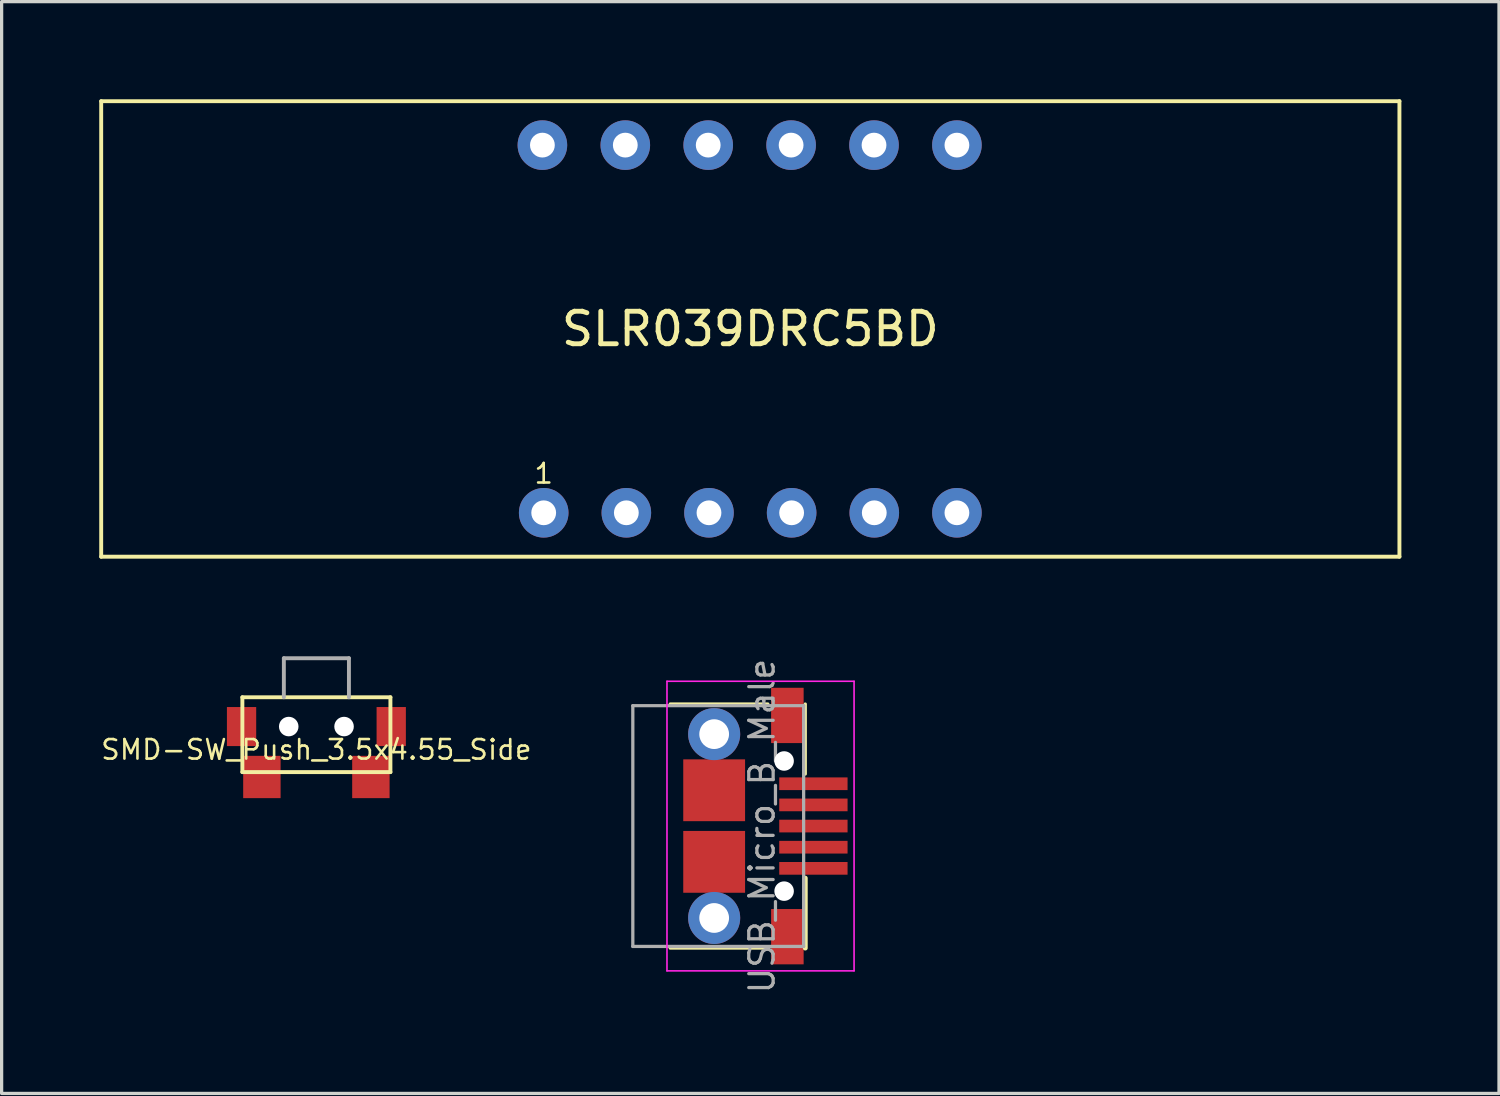
<source format=kicad_pcb>
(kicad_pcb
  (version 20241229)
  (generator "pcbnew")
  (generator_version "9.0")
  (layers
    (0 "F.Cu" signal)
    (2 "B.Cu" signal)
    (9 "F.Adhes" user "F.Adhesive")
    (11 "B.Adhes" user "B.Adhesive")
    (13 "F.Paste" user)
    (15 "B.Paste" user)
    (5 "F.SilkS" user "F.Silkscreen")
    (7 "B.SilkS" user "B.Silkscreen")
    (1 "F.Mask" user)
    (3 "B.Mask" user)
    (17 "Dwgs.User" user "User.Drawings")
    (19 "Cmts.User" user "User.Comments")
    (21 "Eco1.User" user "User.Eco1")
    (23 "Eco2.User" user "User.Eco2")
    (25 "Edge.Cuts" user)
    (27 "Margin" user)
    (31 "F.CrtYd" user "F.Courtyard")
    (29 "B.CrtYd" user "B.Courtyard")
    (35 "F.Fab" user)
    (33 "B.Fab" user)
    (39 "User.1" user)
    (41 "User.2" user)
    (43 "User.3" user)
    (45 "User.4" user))
  (footprint "USB_Micro_B_Male"
    (layer "F.Cu")
    (at 17.449 22.338)
    (property "Reference" "USB_Micro_B_Male" (at 2.921 0 90) (layer "F.Fab") (effects (font (size 0.75 0.75) (thickness 0.1))))
    (attr through_hole)
    (fp_line (start 0.1 -3.75) (end 3.1 -3.75) (stroke (width 0.1) (type solid)) (layer "F.SilkS"))
    (fp_line (start 0.1 3.75) (end 3.1 3.75) (stroke (width 0.1) (type solid)) (layer "F.SilkS"))
    (fp_line (start 4.25 -3.75) (end 4.25 -1.6) (stroke (width 0.1) (type solid)) (layer "F.SilkS"))
    (fp_line (start 4.25 1.6) (end 4.25 3.75) (stroke (width 0.15) (type solid)) (layer "F.SilkS"))
    (fp_line (start 0 -4.45) (end 0 4.45) (stroke (width 0.05) (type solid)) (layer "F.CrtYd"))
    (fp_line (start 0 -4.45) (end 5.75 -4.45) (stroke (width 0.05) (type solid)) (layer "F.CrtYd"))
    (fp_line (start 0 4.45) (end 5.75 4.45) (stroke (width 0.05) (type solid)) (layer "F.CrtYd"))
    (fp_line (start 5.75 -4.45) (end 5.75 4.45) (stroke (width 0.05) (type solid)) (layer "F.CrtYd"))
    (fp_line (start -1.05 -3.7) (end -1.05 3.7) (stroke (width 0.1) (type solid)) (layer "F.Fab"))
    (fp_line (start -1.05 -3.7) (end 4.2 -3.7) (stroke (width 0.1) (type solid)) (layer "F.Fab"))
    (fp_line (start -1.05 3.7) (end 4.2 3.7) (stroke (width 0.1) (type solid)) (layer "F.Fab"))
    (fp_line (start 4.2 -3.7) (end 4.2 3.7) (stroke (width 0.1) (type solid)) (layer "F.Fab"))
    (pad "" np_thru_hole circle (at 3.6 -2) (size 0.6 0.6) (drill 0.6) (layers "*.Cu" "*.Mask"))
    (pad "" np_thru_hole circle (at 3.6 2) (size 0.6 0.6) (drill 0.6) (layers "*.Cu" "*.Mask"))
    (pad "1" smd rect (at 4.5 -1.3) (size 2.1 0.39) (layers "F.Cu" "F.Mask" "F.Paste"))
    (pad "2" smd rect (at 4.5 -0.65) (size 2.1 0.39) (layers "F.Cu" "F.Mask" "F.Paste"))
    (pad "3" smd rect (at 4.5 0) (size 2.1 0.39) (layers "F.Cu" "F.Mask" "F.Paste"))
    (pad "4" smd rect (at 4.5 0.65) (size 2.1 0.39) (layers "F.Cu" "F.Mask" "F.Paste"))
    (pad "5" thru_hole circle (at 1.45 -2.825) (size 1.6 1.6) (drill 0.914) (layers "*.Cu" "*.Mask"))
    (pad "5" smd rect (at 1.45 -1.1) (size 1.9 1.9) (layers "F.Cu" "F.Mask" "F.Paste"))
    (pad "5" smd rect (at 1.45 1.1) (size 1.9 1.9) (layers "F.Cu" "F.Mask" "F.Paste"))
    (pad "5" thru_hole circle (at 1.45 2.825) (size 1.6 1.6) (drill 0.914) (layers "*.Cu" "*.Mask"))
    (pad "5" smd rect (at 3.7 -3.4) (size 1 1.7) (layers "F.Cu" "F.Mask" "F.Paste"))
    (pad "5" smd rect (at 3.7 3.4) (size 1 1.7) (layers "F.Cu" "F.Mask" "F.Paste"))
    (pad "5" smd rect (at 4.5 1.3) (size 2.1 0.39) (layers "F.Cu" "F.Mask" "F.Paste")))
  (footprint "SMD-SW_Push_3.5x4.55_Side"
    (layer "F.Cu")
    (at 6.674 19.28)
    (property "Reference" "SMD-SW_Push_3.5x4.55_Side" (at 0 0.711 0) (layer "F.SilkS") (effects (font (size 0.6 0.6) (thickness 0.08))))
    (attr through_hole)
    (fp_line (start -2.275 -0.9) (end 2.275 -0.9) (stroke (width 0.12) (type solid)) (layer "F.SilkS"))
    (fp_line (start -2.275 1.4) (end -2.275 -0.9) (stroke (width 0.12) (type solid)) (layer "F.SilkS"))
    (fp_line (start 2.275 -0.9) (end 2.275 1.4) (stroke (width 0.12) (type solid)) (layer "F.SilkS"))
    (fp_line (start 2.275 1.4) (end -2.275 1.4) (stroke (width 0.12) (type solid)) (layer "F.SilkS"))
    (fp_line (start -1 -2.1) (end 1 -2.1) (stroke (width 0.12) (type solid)) (layer "F.Fab"))
    (fp_line (start -1 -0.9) (end -1 -2.1) (stroke (width 0.12) (type solid)) (layer "F.Fab"))
    (fp_line (start 1 -0.9) (end 1 -2.1) (stroke (width 0.12) (type solid)) (layer "F.Fab"))
    (pad "" np_thru_hole circle (at -0.85 0) (size 0.6 0.6) (drill 0.6) (layers "*.Cu" "*.Mask"))
    (pad "" np_thru_hole circle (at 0.85 0) (size 0.6 0.6) (drill 0.6) (layers "*.Cu" "*.Mask"))
    (pad "1" smd rect (at -1.675 1.55) (size 1.15 1.3) (layers "F.Cu" "F.Mask" "F.Paste"))
    (pad "2" smd rect (at 1.675 1.55) (size 1.15 1.3) (layers "F.Cu" "F.Mask" "F.Paste"))
    (pad "SH" smd rect (at -2.3 0) (size 0.9 1.2) (layers "F.Cu" "F.Mask" "F.Paste"))
    (pad "SH" smd rect (at 2.3 0) (size 0.9 1.2) (layers "F.Cu" "F.Mask" "F.Paste")))
  (footprint "SLR039DRC5BD"
    (layer "F.Cu")
    (at 20.01 7.06)
    (property "Reference" "SLR039DRC5BD" (at 0 0 0) (layer "F.SilkS") (effects (font (size 1 1) (thickness 0.15))))
    (attr through_hole)
    (fp_line (start -19.95 -7) (end 19.95 -7) (stroke (width 0.12) (type solid)) (layer "F.SilkS"))
    (fp_line (start -19.95 7) (end -19.95 -7) (stroke (width 0.12) (type solid)) (layer "F.SilkS"))
    (fp_line (start 19.95 -7) (end 19.95 7) (stroke (width 0.12) (type solid)) (layer "F.SilkS"))
    (fp_line (start 19.95 7) (end -19.95 7) (stroke (width 0.12) (type solid)) (layer "F.SilkS"))
    (fp_text user "1" (at -6.35 4.445 0) (layer "F.SilkS") (effects (font (size 0.6 0.6) (thickness 0.08))))
    (pad "1" thru_hole circle (at -6.35 5.65) (size 1.524 1.524) (drill 0.762) (layers "*.Cu" "*.Mask"))
    (pad "2" thru_hole circle (at -3.81 5.65) (size 1.524 1.524) (drill 0.762) (layers "*.Cu" "*.Mask"))
    (pad "3" thru_hole circle (at -1.27 5.65) (size 1.524 1.524) (drill 0.762) (layers "*.Cu" "*.Mask"))
    (pad "4" thru_hole circle (at 1.27 5.65) (size 1.524 1.524) (drill 0.762) (layers "*.Cu" "*.Mask"))
    (pad "5" thru_hole circle (at 3.81 5.65) (size 1.524 1.524) (drill 0.762) (layers "*.Cu" "*.Mask"))
    (pad "6" thru_hole circle (at 6.35 5.65) (size 1.524 1.524) (drill 0.762) (layers "*.Cu" "*.Mask"))
    (pad "7" thru_hole circle (at 6.35 -5.65) (size 1.524 1.524) (drill 0.762) (layers "*.Cu" "*.Mask"))
    (pad "8" thru_hole circle (at 3.802 -5.65) (size 1.524 1.524) (drill 0.762) (layers "*.Cu" "*.Mask"))
    (pad "9" thru_hole circle (at 1.254 -5.65) (size 1.524 1.524) (drill 0.762) (layers "*.Cu" "*.Mask"))
    (pad "10" thru_hole circle (at -1.294 -5.65) (size 1.524 1.524) (drill 0.762) (layers "*.Cu" "*.Mask"))
    (pad "11" thru_hole circle (at -3.842 -5.65) (size 1.524 1.524) (drill 0.762) (layers "*.Cu" "*.Mask"))
    (pad "12" thru_hole circle (at -6.39 -5.65) (size 1.524 1.524) (drill 0.762) (layers "*.Cu" "*.Mask")))
  (gr_rect
    (start -3 -3)
    (end 43.02 30.556)
    (stroke (width 0.1) (type default))
    (fill no)
    (layer "Edge.Cuts")))
</source>
